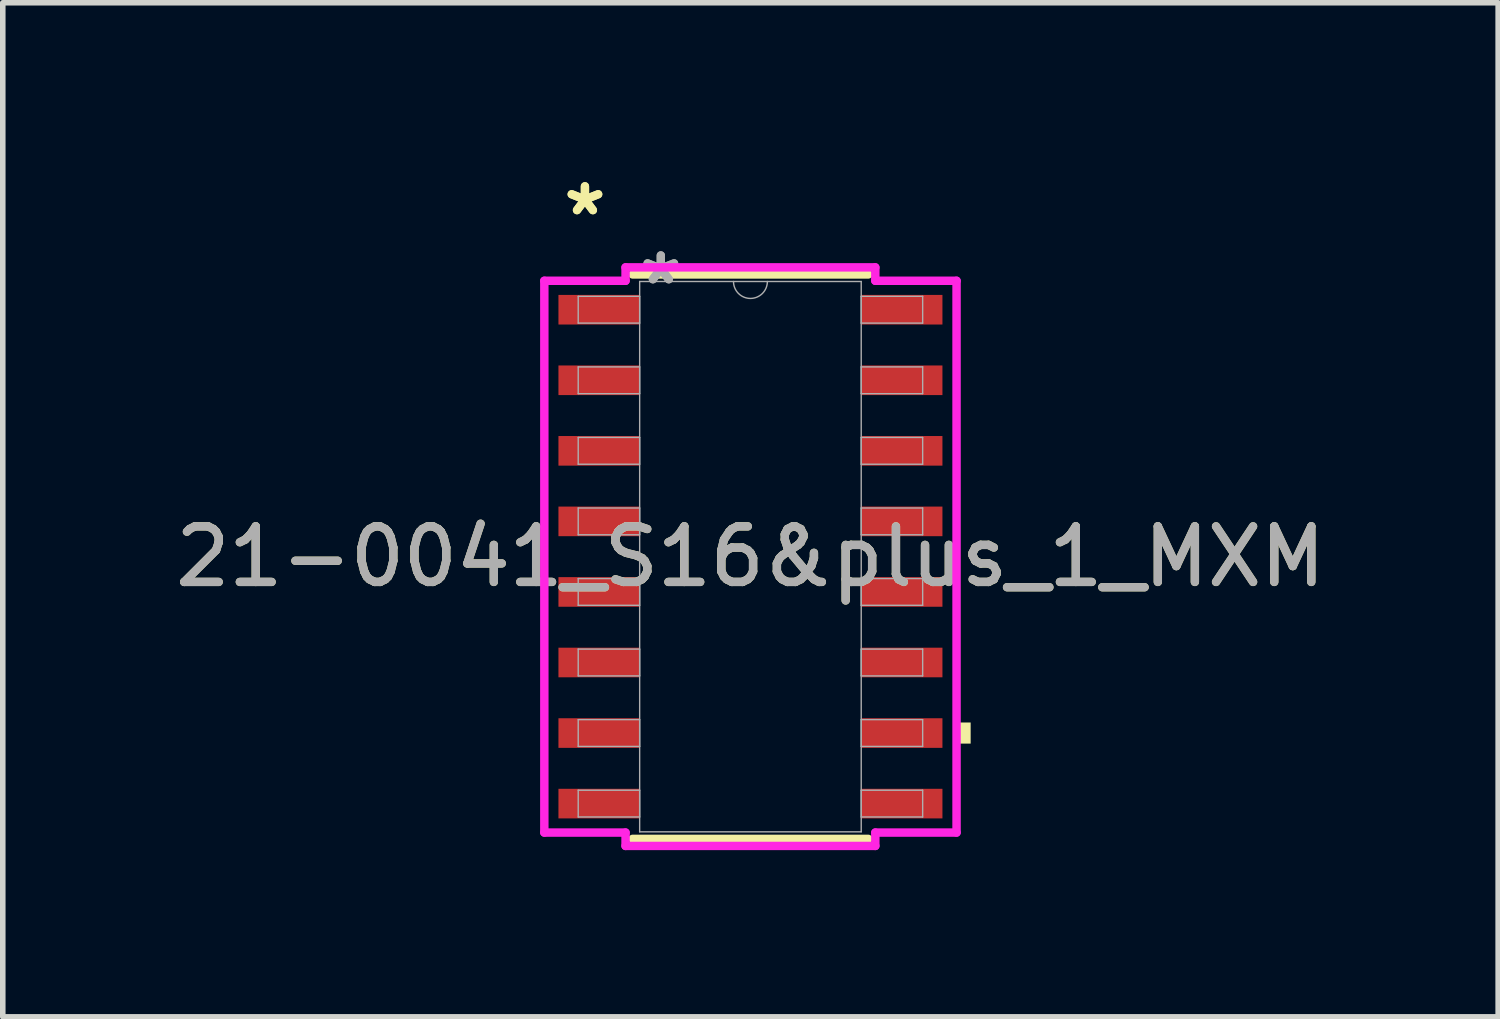
<source format=kicad_pcb>
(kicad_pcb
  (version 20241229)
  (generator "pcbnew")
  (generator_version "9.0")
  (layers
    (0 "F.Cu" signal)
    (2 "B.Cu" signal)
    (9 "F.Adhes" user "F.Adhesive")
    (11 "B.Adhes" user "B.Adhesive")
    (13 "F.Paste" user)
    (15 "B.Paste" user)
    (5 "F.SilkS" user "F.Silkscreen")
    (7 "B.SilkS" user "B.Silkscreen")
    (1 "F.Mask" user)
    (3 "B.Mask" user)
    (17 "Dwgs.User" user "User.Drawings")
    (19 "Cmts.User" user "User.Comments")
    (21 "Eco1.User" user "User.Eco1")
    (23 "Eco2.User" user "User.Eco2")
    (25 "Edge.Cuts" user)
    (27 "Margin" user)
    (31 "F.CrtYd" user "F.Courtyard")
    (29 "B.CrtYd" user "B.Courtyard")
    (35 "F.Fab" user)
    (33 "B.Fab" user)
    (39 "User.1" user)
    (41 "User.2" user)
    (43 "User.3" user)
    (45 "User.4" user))
  (footprint "21-0041_S16&plus_1_MXM"
    (layer "F.Cu")
    (at 10.458 6.97)
    (property "Reference" "21-0041_S16&plus_1_MXM" (at 0 0 0) (unlocked yes) (layer "F.SilkS") (effects (font (size 1 1) (thickness 0.15))))
    (attr smd)
    (fp_line (start -2.121 5.08) (end 2.121 5.08) (stroke (width 0.152) (type solid)) (layer "F.SilkS"))
    (fp_line (start 2.121 -5.08) (end -2.121 -5.08) (stroke (width 0.152) (type solid)) (layer "F.SilkS"))
    (fp_poly (pts (xy 3.964 2.985) (xy 3.964 3.365) (xy 3.71 3.365) (xy 3.71 2.985)) (stroke (width 0) (type solid)) (fill yes) (layer "F.SilkS"))
    (fp_line (start -3.71 -4.966) (end -2.248 -4.966) (stroke (width 0.152) (type solid)) (layer "F.CrtYd"))
    (fp_line (start -3.71 4.966) (end -3.71 -4.966) (stroke (width 0.152) (type solid)) (layer "F.CrtYd"))
    (fp_line (start -3.71 4.966) (end -2.248 4.966) (stroke (width 0.152) (type solid)) (layer "F.CrtYd"))
    (fp_line (start -2.248 -5.207) (end 2.248 -5.207) (stroke (width 0.152) (type solid)) (layer "F.CrtYd"))
    (fp_line (start -2.248 -4.966) (end -2.248 -5.207) (stroke (width 0.152) (type solid)) (layer "F.CrtYd"))
    (fp_line (start -2.248 5.207) (end -2.248 4.966) (stroke (width 0.152) (type solid)) (layer "F.CrtYd"))
    (fp_line (start 2.248 -5.207) (end 2.248 -4.966) (stroke (width 0.152) (type solid)) (layer "F.CrtYd"))
    (fp_line (start 2.248 4.966) (end 2.248 5.207) (stroke (width 0.152) (type solid)) (layer "F.CrtYd"))
    (fp_line (start 2.248 5.207) (end -2.248 5.207) (stroke (width 0.152) (type solid)) (layer "F.CrtYd"))
    (fp_line (start 3.71 -4.966) (end 2.248 -4.966) (stroke (width 0.152) (type solid)) (layer "F.CrtYd"))
    (fp_line (start 3.71 -4.966) (end 3.71 4.966) (stroke (width 0.152) (type solid)) (layer "F.CrtYd"))
    (fp_line (start 3.71 4.966) (end 2.248 4.966) (stroke (width 0.152) (type solid)) (layer "F.CrtYd"))
    (fp_line (start -3.1 -4.686) (end -3.1 -4.204) (stroke (width 0.025) (type solid)) (layer "F.Fab"))
    (fp_line (start -3.1 -4.204) (end -1.994 -4.204) (stroke (width 0.025) (type solid)) (layer "F.Fab"))
    (fp_line (start -3.1 -3.416) (end -3.1 -2.934) (stroke (width 0.025) (type solid)) (layer "F.Fab"))
    (fp_line (start -3.1 -2.934) (end -1.994 -2.934) (stroke (width 0.025) (type solid)) (layer "F.Fab"))
    (fp_line (start -3.1 -2.146) (end -3.1 -1.664) (stroke (width 0.025) (type solid)) (layer "F.Fab"))
    (fp_line (start -3.1 -1.664) (end -1.994 -1.664) (stroke (width 0.025) (type solid)) (layer "F.Fab"))
    (fp_line (start -3.1 -0.876) (end -3.1 -0.394) (stroke (width 0.025) (type solid)) (layer "F.Fab"))
    (fp_line (start -3.1 -0.394) (end -1.994 -0.394) (stroke (width 0.025) (type solid)) (layer "F.Fab"))
    (fp_line (start -3.1 0.394) (end -3.1 0.876) (stroke (width 0.025) (type solid)) (layer "F.Fab"))
    (fp_line (start -3.1 0.876) (end -1.994 0.876) (stroke (width 0.025) (type solid)) (layer "F.Fab"))
    (fp_line (start -3.1 1.664) (end -3.1 2.146) (stroke (width 0.025) (type solid)) (layer "F.Fab"))
    (fp_line (start -3.1 2.146) (end -1.994 2.146) (stroke (width 0.025) (type solid)) (layer "F.Fab"))
    (fp_line (start -3.1 2.934) (end -3.1 3.416) (stroke (width 0.025) (type solid)) (layer "F.Fab"))
    (fp_line (start -3.1 3.416) (end -1.994 3.416) (stroke (width 0.025) (type solid)) (layer "F.Fab"))
    (fp_line (start -3.1 4.204) (end -3.1 4.686) (stroke (width 0.025) (type solid)) (layer "F.Fab"))
    (fp_line (start -3.1 4.686) (end -1.994 4.686) (stroke (width 0.025) (type solid)) (layer "F.Fab"))
    (fp_line (start -1.994 -4.953) (end -1.994 4.953) (stroke (width 0.025) (type solid)) (layer "F.Fab"))
    (fp_line (start -1.994 -4.686) (end -3.1 -4.686) (stroke (width 0.025) (type solid)) (layer "F.Fab"))
    (fp_line (start -1.994 -4.204) (end -1.994 -4.686) (stroke (width 0.025) (type solid)) (layer "F.Fab"))
    (fp_line (start -1.994 -3.416) (end -3.1 -3.416) (stroke (width 0.025) (type solid)) (layer "F.Fab"))
    (fp_line (start -1.994 -2.934) (end -1.994 -3.416) (stroke (width 0.025) (type solid)) (layer "F.Fab"))
    (fp_line (start -1.994 -2.146) (end -3.1 -2.146) (stroke (width 0.025) (type solid)) (layer "F.Fab"))
    (fp_line (start -1.994 -1.664) (end -1.994 -2.146) (stroke (width 0.025) (type solid)) (layer "F.Fab"))
    (fp_line (start -1.994 -0.876) (end -3.1 -0.876) (stroke (width 0.025) (type solid)) (layer "F.Fab"))
    (fp_line (start -1.994 -0.394) (end -1.994 -0.876) (stroke (width 0.025) (type solid)) (layer "F.Fab"))
    (fp_line (start -1.994 0.394) (end -3.1 0.394) (stroke (width 0.025) (type solid)) (layer "F.Fab"))
    (fp_line (start -1.994 0.876) (end -1.994 0.394) (stroke (width 0.025) (type solid)) (layer "F.Fab"))
    (fp_line (start -1.994 1.664) (end -3.1 1.664) (stroke (width 0.025) (type solid)) (layer "F.Fab"))
    (fp_line (start -1.994 2.146) (end -1.994 1.664) (stroke (width 0.025) (type solid)) (layer "F.Fab"))
    (fp_line (start -1.994 2.934) (end -3.1 2.934) (stroke (width 0.025) (type solid)) (layer "F.Fab"))
    (fp_line (start -1.994 3.416) (end -1.994 2.934) (stroke (width 0.025) (type solid)) (layer "F.Fab"))
    (fp_line (start -1.994 4.204) (end -3.1 4.204) (stroke (width 0.025) (type solid)) (layer "F.Fab"))
    (fp_line (start -1.994 4.686) (end -1.994 4.204) (stroke (width 0.025) (type solid)) (layer "F.Fab"))
    (fp_line (start -1.994 4.953) (end 1.994 4.953) (stroke (width 0.025) (type solid)) (layer "F.Fab"))
    (fp_line (start 1.994 -4.953) (end -1.994 -4.953) (stroke (width 0.025) (type solid)) (layer "F.Fab"))
    (fp_line (start 1.994 -4.686) (end 1.994 -4.204) (stroke (width 0.025) (type solid)) (layer "F.Fab"))
    (fp_line (start 1.994 -4.204) (end 3.1 -4.204) (stroke (width 0.025) (type solid)) (layer "F.Fab"))
    (fp_line (start 1.994 -3.416) (end 1.994 -2.934) (stroke (width 0.025) (type solid)) (layer "F.Fab"))
    (fp_line (start 1.994 -2.934) (end 3.1 -2.934) (stroke (width 0.025) (type solid)) (layer "F.Fab"))
    (fp_line (start 1.994 -2.146) (end 1.994 -1.664) (stroke (width 0.025) (type solid)) (layer "F.Fab"))
    (fp_line (start 1.994 -1.664) (end 3.1 -1.664) (stroke (width 0.025) (type solid)) (layer "F.Fab"))
    (fp_line (start 1.994 -0.876) (end 1.994 -0.394) (stroke (width 0.025) (type solid)) (layer "F.Fab"))
    (fp_line (start 1.994 -0.394) (end 3.1 -0.394) (stroke (width 0.025) (type solid)) (layer "F.Fab"))
    (fp_line (start 1.994 0.394) (end 1.994 0.876) (stroke (width 0.025) (type solid)) (layer "F.Fab"))
    (fp_line (start 1.994 0.876) (end 3.1 0.876) (stroke (width 0.025) (type solid)) (layer "F.Fab"))
    (fp_line (start 1.994 1.664) (end 1.994 2.146) (stroke (width 0.025) (type solid)) (layer "F.Fab"))
    (fp_line (start 1.994 2.146) (end 3.1 2.146) (stroke (width 0.025) (type solid)) (layer "F.Fab"))
    (fp_line (start 1.994 2.934) (end 1.994 3.416) (stroke (width 0.025) (type solid)) (layer "F.Fab"))
    (fp_line (start 1.994 3.416) (end 3.1 3.416) (stroke (width 0.025) (type solid)) (layer "F.Fab"))
    (fp_line (start 1.994 4.204) (end 1.994 4.686) (stroke (width 0.025) (type solid)) (layer "F.Fab"))
    (fp_line (start 1.994 4.686) (end 3.1 4.686) (stroke (width 0.025) (type solid)) (layer "F.Fab"))
    (fp_line (start 1.994 4.953) (end 1.994 -4.953) (stroke (width 0.025) (type solid)) (layer "F.Fab"))
    (fp_line (start 3.1 -4.686) (end 1.994 -4.686) (stroke (width 0.025) (type solid)) (layer "F.Fab"))
    (fp_line (start 3.1 -4.204) (end 3.1 -4.686) (stroke (width 0.025) (type solid)) (layer "F.Fab"))
    (fp_line (start 3.1 -3.416) (end 1.994 -3.416) (stroke (width 0.025) (type solid)) (layer "F.Fab"))
    (fp_line (start 3.1 -2.934) (end 3.1 -3.416) (stroke (width 0.025) (type solid)) (layer "F.Fab"))
    (fp_line (start 3.1 -2.146) (end 1.994 -2.146) (stroke (width 0.025) (type solid)) (layer "F.Fab"))
    (fp_line (start 3.1 -1.664) (end 3.1 -2.146) (stroke (width 0.025) (type solid)) (layer "F.Fab"))
    (fp_line (start 3.1 -0.876) (end 1.994 -0.876) (stroke (width 0.025) (type solid)) (layer "F.Fab"))
    (fp_line (start 3.1 -0.394) (end 3.1 -0.876) (stroke (width 0.025) (type solid)) (layer "F.Fab"))
    (fp_line (start 3.1 0.394) (end 1.994 0.394) (stroke (width 0.025) (type solid)) (layer "F.Fab"))
    (fp_line (start 3.1 0.876) (end 3.1 0.394) (stroke (width 0.025) (type solid)) (layer "F.Fab"))
    (fp_line (start 3.1 1.664) (end 1.994 1.664) (stroke (width 0.025) (type solid)) (layer "F.Fab"))
    (fp_line (start 3.1 2.146) (end 3.1 1.664) (stroke (width 0.025) (type solid)) (layer "F.Fab"))
    (fp_line (start 3.1 2.934) (end 1.994 2.934) (stroke (width 0.025) (type solid)) (layer "F.Fab"))
    (fp_line (start 3.1 3.416) (end 3.1 2.934) (stroke (width 0.025) (type solid)) (layer "F.Fab"))
    (fp_line (start 3.1 4.204) (end 1.994 4.204) (stroke (width 0.025) (type solid)) (layer "F.Fab"))
    (fp_line (start 3.1 4.686) (end 3.1 4.204) (stroke (width 0.025) (type solid)) (layer "F.Fab"))
    (fp_arc (start 0.3048 -4.953) (mid 0 -4.6482) (end -0.3048 -4.953) (stroke (width 0.0254) (type solid)) (layer "F.Fab"))
    (fp_text user "*" (at -2.979 -6.121 0) (unlocked yes) (layer "F.SilkS") (effects (font (size 1 1) (thickness 0.15))))
    (fp_text user "*" (at -2.979 -6.121 0) (layer "F.SilkS") (effects (font (size 1 1) (thickness 0.15))))
    (fp_text user "*" (at -1.613 -4.877 0) (layer "F.Fab") (effects (font (size 1 1) (thickness 0.15))))
    (fp_text user "*" (at -1.613 -4.877 0) (unlocked yes) (layer "F.Fab") (effects (font (size 1 1) (thickness 0.15))))
    (fp_text user "${REFERENCE}" (at 0 0 0) (unlocked yes) (layer "F.Fab") (effects (font (size 1 1) (thickness 0.15))))
    (pad "1" smd rect (at -2.725 -4.445) (size 1.462 0.533) (layers "F.Cu" "F.Mask" "F.Paste"))
    (pad "2" smd rect (at -2.725 -3.175) (size 1.462 0.533) (layers "F.Cu" "F.Mask" "F.Paste"))
    (pad "3" smd rect (at -2.725 -1.905) (size 1.462 0.533) (layers "F.Cu" "F.Mask" "F.Paste"))
    (pad "4" smd rect (at -2.725 -0.635) (size 1.462 0.533) (layers "F.Cu" "F.Mask" "F.Paste"))
    (pad "5" smd rect (at -2.725 0.635) (size 1.462 0.533) (layers "F.Cu" "F.Mask" "F.Paste"))
    (pad "6" smd rect (at -2.725 1.905) (size 1.462 0.533) (layers "F.Cu" "F.Mask" "F.Paste"))
    (pad "7" smd rect (at -2.725 3.175) (size 1.462 0.533) (layers "F.Cu" "F.Mask" "F.Paste"))
    (pad "8" smd rect (at -2.725 4.445) (size 1.462 0.533) (layers "F.Cu" "F.Mask" "F.Paste"))
    (pad "9" smd rect (at 2.725 4.445) (size 1.462 0.533) (layers "F.Cu" "F.Mask" "F.Paste"))
    (pad "10" smd rect (at 2.725 3.175) (size 1.462 0.533) (layers "F.Cu" "F.Mask" "F.Paste"))
    (pad "11" smd rect (at 2.725 1.905) (size 1.462 0.533) (layers "F.Cu" "F.Mask" "F.Paste"))
    (pad "12" smd rect (at 2.725 0.635) (size 1.462 0.533) (layers "F.Cu" "F.Mask" "F.Paste"))
    (pad "13" smd rect (at 2.725 -0.635) (size 1.462 0.533) (layers "F.Cu" "F.Mask" "F.Paste"))
    (pad "14" smd rect (at 2.725 -1.905) (size 1.462 0.533) (layers "F.Cu" "F.Mask" "F.Paste"))
    (pad "15" smd rect (at 2.725 -3.175) (size 1.462 0.533) (layers "F.Cu" "F.Mask" "F.Paste"))
    (pad "16" smd rect (at 2.725 -4.445) (size 1.462 0.533) (layers "F.Cu" "F.Mask" "F.Paste")))
  (gr_rect
    (start -3 -3)
    (end 23.917 15.253)
    (stroke (width 0.1) (type default))
    (fill no)
    (layer "Edge.Cuts")))
</source>
